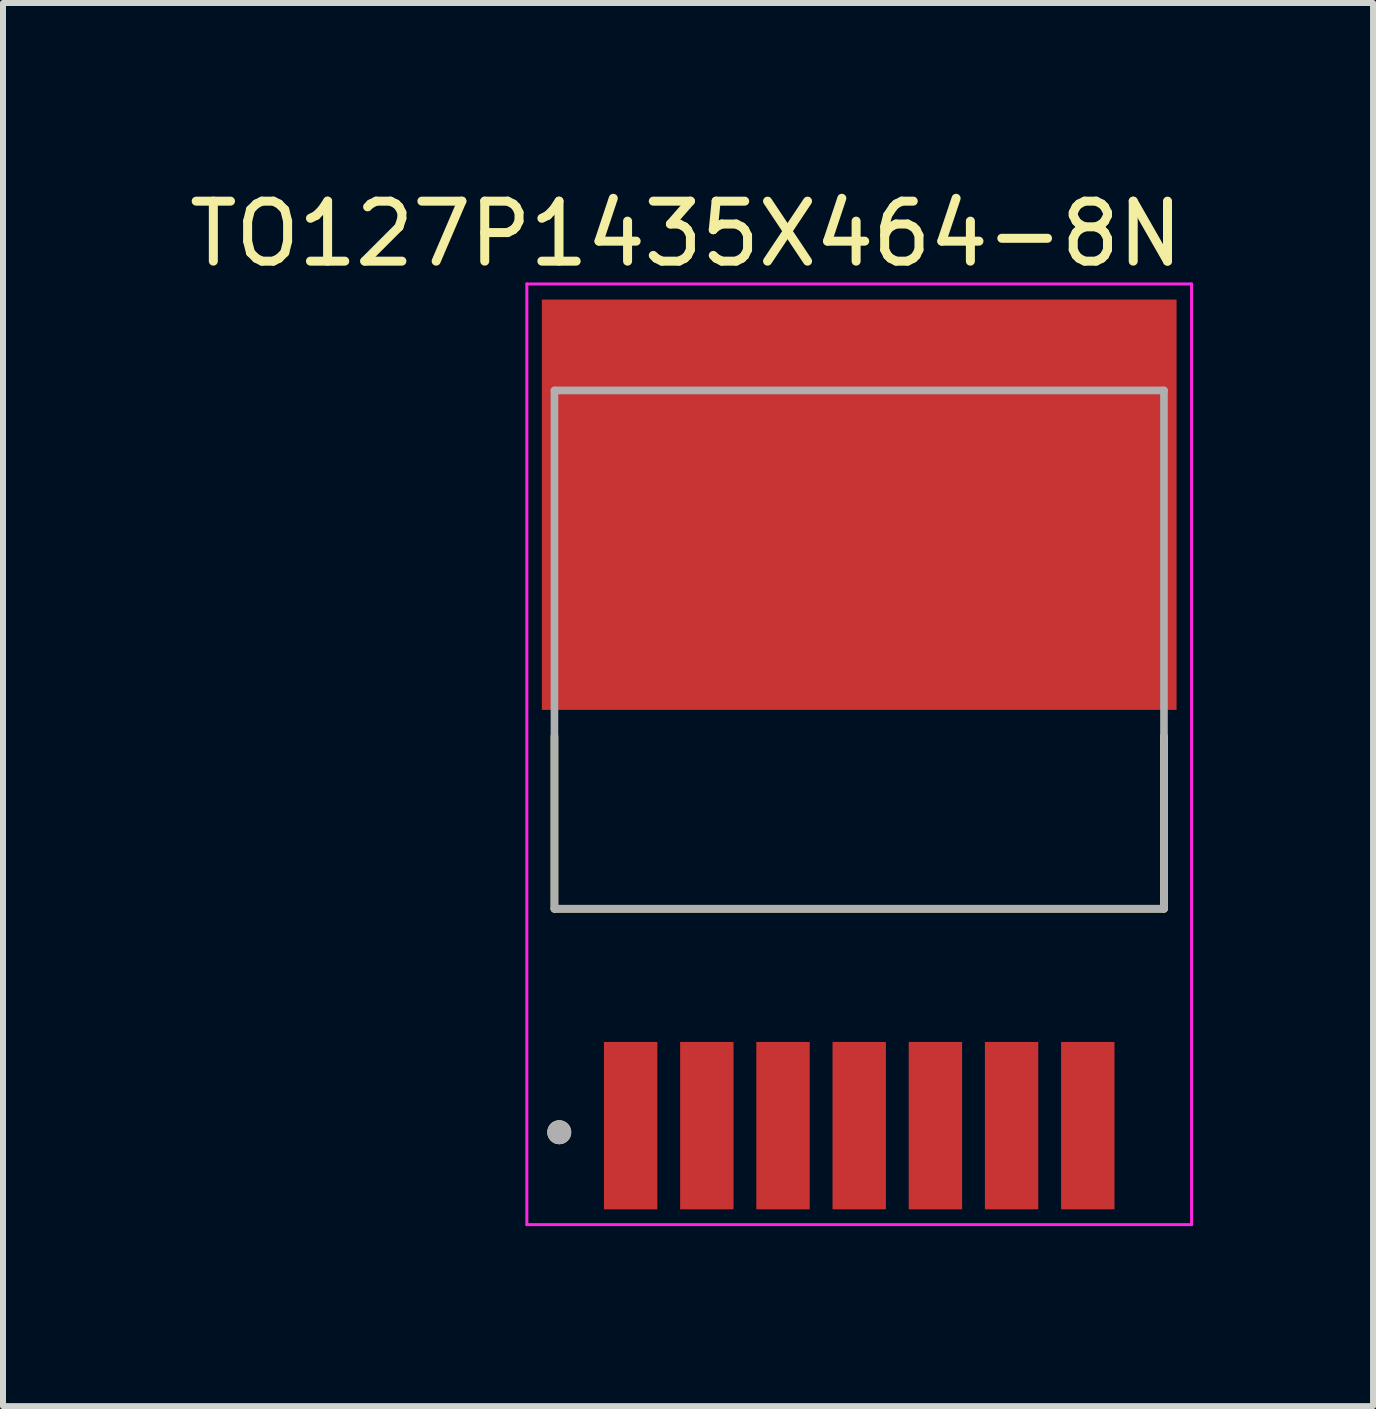
<source format=kicad_pcb>
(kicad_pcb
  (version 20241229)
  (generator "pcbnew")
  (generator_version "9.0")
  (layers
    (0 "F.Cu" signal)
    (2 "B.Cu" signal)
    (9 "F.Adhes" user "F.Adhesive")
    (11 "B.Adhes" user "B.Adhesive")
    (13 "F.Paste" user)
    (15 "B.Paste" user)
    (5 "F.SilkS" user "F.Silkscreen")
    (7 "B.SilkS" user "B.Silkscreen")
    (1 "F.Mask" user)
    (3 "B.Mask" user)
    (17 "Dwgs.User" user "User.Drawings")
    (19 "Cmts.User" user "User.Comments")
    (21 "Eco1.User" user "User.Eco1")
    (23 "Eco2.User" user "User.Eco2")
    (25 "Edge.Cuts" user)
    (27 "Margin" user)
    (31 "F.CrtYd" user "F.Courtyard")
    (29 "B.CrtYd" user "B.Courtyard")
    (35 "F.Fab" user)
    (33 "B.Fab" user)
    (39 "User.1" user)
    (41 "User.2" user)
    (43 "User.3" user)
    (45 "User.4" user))
  (footprint "TO127P1435X464-8N"
    (layer "F.Cu")
    (at 11.272 9.523)
    (property "Reference" "TO127P1435X464-8N" (at -2.885 -8.675 0) (layer "F.SilkS") (effects (font (size 1 1) (thickness 0.15))))
    (attr through_hole)
    (fp_line (start -5.08 -0.3) (end -5.08 2.575) (stroke (width 0.127) (type solid)) (layer "F.SilkS"))
    (fp_line (start -5.08 2.575) (end 5.08 2.575) (stroke (width 0.127) (type solid)) (layer "F.SilkS"))
    (fp_line (start 5.08 2.575) (end 5.08 -0.3) (stroke (width 0.127) (type solid)) (layer "F.SilkS"))
    (fp_circle (center -5 6.3) (end -4.9 6.3) (stroke (width 0.2) (type solid)) (fill no) (layer "F.SilkS"))
    (fp_poly (pts (xy -5.03 -6.825) (xy -3.77 -6.825) (xy -3.77 -4.915) (xy -5.03 -4.915)) (stroke (width 0.01) (type solid)) (fill yes) (layer "F.Paste"))
    (fp_poly (pts (xy -5.03 -3.405) (xy -3.77 -3.405) (xy -3.77 -1.495) (xy -5.03 -1.495)) (stroke (width 0.01) (type solid)) (fill yes) (layer "F.Paste"))
    (fp_poly (pts (xy -3.27 -6.825) (xy -2.01 -6.825) (xy -2.01 -4.915) (xy -3.27 -4.915)) (stroke (width 0.01) (type solid)) (fill yes) (layer "F.Paste"))
    (fp_poly (pts (xy -3.27 -3.405) (xy -2.01 -3.405) (xy -2.01 -1.495) (xy -3.27 -1.495)) (stroke (width 0.01) (type solid)) (fill yes) (layer "F.Paste"))
    (fp_poly (pts (xy -1.51 -6.825) (xy -0.25 -6.825) (xy -0.25 -4.915) (xy -1.51 -4.915)) (stroke (width 0.01) (type solid)) (fill yes) (layer "F.Paste"))
    (fp_poly (pts (xy -1.51 -3.405) (xy -0.25 -3.405) (xy -0.25 -1.495) (xy -1.51 -1.495)) (stroke (width 0.01) (type solid)) (fill yes) (layer "F.Paste"))
    (fp_poly (pts (xy 0.25 -6.825) (xy 1.51 -6.825) (xy 1.51 -4.915) (xy 0.25 -4.915)) (stroke (width 0.01) (type solid)) (fill yes) (layer "F.Paste"))
    (fp_poly (pts (xy 0.25 -3.405) (xy 1.51 -3.405) (xy 1.51 -1.495) (xy 0.25 -1.495)) (stroke (width 0.01) (type solid)) (fill yes) (layer "F.Paste"))
    (fp_poly (pts (xy 2.01 -6.825) (xy 3.27 -6.825) (xy 3.27 -4.915) (xy 2.01 -4.915)) (stroke (width 0.01) (type solid)) (fill yes) (layer "F.Paste"))
    (fp_poly (pts (xy 2.01 -3.405) (xy 3.27 -3.405) (xy 3.27 -1.495) (xy 2.01 -1.495)) (stroke (width 0.01) (type solid)) (fill yes) (layer "F.Paste"))
    (fp_poly (pts (xy 3.77 -6.825) (xy 5.03 -6.825) (xy 5.03 -4.915) (xy 3.77 -4.915)) (stroke (width 0.01) (type solid)) (fill yes) (layer "F.Paste"))
    (fp_poly (pts (xy 3.77 -3.405) (xy 5.03 -3.405) (xy 5.03 -1.495) (xy 3.77 -1.495)) (stroke (width 0.01) (type solid)) (fill yes) (layer "F.Paste"))
    (fp_line (start -5.54 -7.84) (end 5.54 -7.84) (stroke (width 0.05) (type solid)) (layer "F.CrtYd"))
    (fp_line (start -5.54 7.84) (end -5.54 -7.84) (stroke (width 0.05) (type solid)) (layer "F.CrtYd"))
    (fp_line (start 5.54 -7.84) (end 5.54 7.84) (stroke (width 0.05) (type solid)) (layer "F.CrtYd"))
    (fp_line (start 5.54 7.84) (end -5.54 7.84) (stroke (width 0.05) (type solid)) (layer "F.CrtYd"))
    (fp_line (start -5.08 -6.065) (end 5.08 -6.065) (stroke (width 0.127) (type solid)) (layer "F.Fab"))
    (fp_line (start -5.08 2.575) (end -5.08 -6.065) (stroke (width 0.127) (type solid)) (layer "F.Fab"))
    (fp_line (start -5.08 2.575) (end 5.08 2.575) (stroke (width 0.127) (type solid)) (layer "F.Fab"))
    (fp_line (start 5.08 -6.065) (end 5.08 2.575) (stroke (width 0.127) (type solid)) (layer "F.Fab"))
    (fp_circle (center -5 6.3) (end -4.9 6.3) (stroke (width 0.2) (type solid)) (fill no) (layer "F.Fab"))
    (pad "1" smd rect (at -3.81 6.19) (size 0.89 2.79) (layers "F.Cu" "F.Mask" "F.Paste"))
    (pad "2" smd rect (at -2.54 6.19) (size 0.89 2.79) (layers "F.Cu" "F.Mask" "F.Paste"))
    (pad "3" smd rect (at -1.27 6.19) (size 0.89 2.79) (layers "F.Cu" "F.Mask" "F.Paste"))
    (pad "4" smd rect (at 0 6.19) (size 0.89 2.79) (layers "F.Cu" "F.Mask" "F.Paste"))
    (pad "5" smd rect (at 1.27 6.19) (size 0.89 2.79) (layers "F.Cu" "F.Mask" "F.Paste"))
    (pad "6" smd rect (at 2.54 6.19) (size 0.89 2.79) (layers "F.Cu" "F.Mask" "F.Paste"))
    (pad "7" smd rect (at 3.81 6.19) (size 0.89 2.79) (layers "F.Cu" "F.Mask" "F.Paste"))
    (pad "8" smd rect (at 0 -4.16) (size 10.58 6.84) (layers "F.Cu" "F.Mask")))
  (gr_rect
    (start -3 -3)
    (end 19.837 20.388)
    (stroke (width 0.1) (type default))
    (fill no)
    (layer "Edge.Cuts")))
</source>
